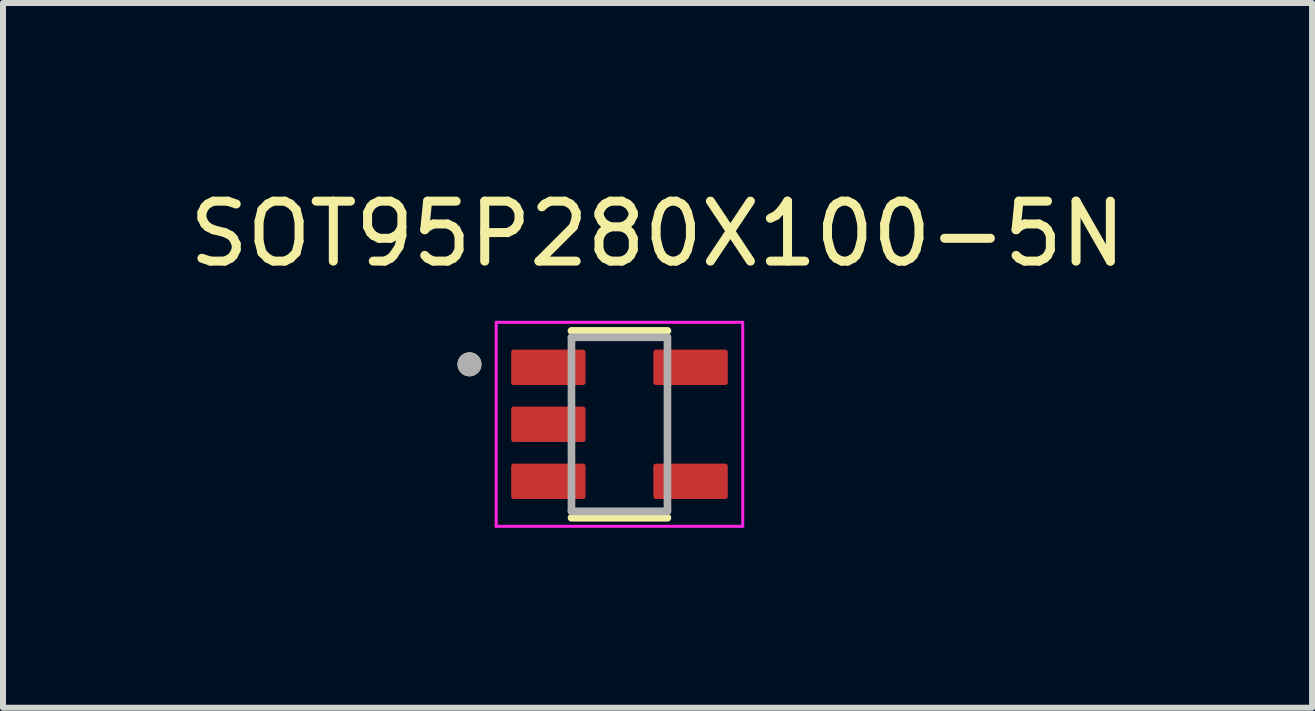
<source format=kicad_pcb>
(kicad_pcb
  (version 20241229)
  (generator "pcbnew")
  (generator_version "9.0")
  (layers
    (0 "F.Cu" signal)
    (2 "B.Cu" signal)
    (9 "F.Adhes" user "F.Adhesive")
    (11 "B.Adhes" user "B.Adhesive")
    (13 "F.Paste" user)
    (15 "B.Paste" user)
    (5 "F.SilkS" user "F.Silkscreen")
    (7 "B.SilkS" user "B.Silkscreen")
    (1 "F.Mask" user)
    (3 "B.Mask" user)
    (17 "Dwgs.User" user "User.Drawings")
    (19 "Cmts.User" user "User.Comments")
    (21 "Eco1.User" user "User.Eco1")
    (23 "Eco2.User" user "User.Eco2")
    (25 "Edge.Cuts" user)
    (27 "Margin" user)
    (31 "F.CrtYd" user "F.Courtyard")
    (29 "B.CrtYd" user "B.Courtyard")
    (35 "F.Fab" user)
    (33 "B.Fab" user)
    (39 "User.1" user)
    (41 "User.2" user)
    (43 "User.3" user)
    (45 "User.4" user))
  (footprint "SOT95P280X100-5N"
    (layer "F.Cu")
    (at 7.276 4.023)
    (property "Reference" "SOT95P280X100-5N" (at 0.635 -3.175 0) (layer "F.SilkS") (effects (font (size 1 1) (thickness 0.15))))
    (attr through_hole)
    (fp_line (start -0.8 1.558) (end 0.8 1.558) (stroke (width 0.127) (type solid)) (layer "F.SilkS"))
    (fp_line (start 0.8 -1.558) (end -0.8 -1.558) (stroke (width 0.127) (type solid)) (layer "F.SilkS"))
    (fp_circle (center -2.5 -1) (end -2.4 -1) (stroke (width 0.2) (type solid)) (fill no) (layer "F.SilkS"))
    (fp_line (start -2.055 -1.7) (end 2.055 -1.7) (stroke (width 0.05) (type solid)) (layer "F.CrtYd"))
    (fp_line (start -2.055 1.7) (end -2.055 -1.7) (stroke (width 0.05) (type solid)) (layer "F.CrtYd"))
    (fp_line (start 2.055 -1.7) (end 2.055 1.7) (stroke (width 0.05) (type solid)) (layer "F.CrtYd"))
    (fp_line (start 2.055 1.7) (end -2.055 1.7) (stroke (width 0.05) (type solid)) (layer "F.CrtYd"))
    (fp_line (start -0.8 -1.45) (end -0.8 1.45) (stroke (width 0.127) (type solid)) (layer "F.Fab"))
    (fp_line (start -0.8 1.45) (end 0.8 1.45) (stroke (width 0.127) (type solid)) (layer "F.Fab"))
    (fp_line (start 0.8 -1.45) (end -0.8 -1.45) (stroke (width 0.127) (type solid)) (layer "F.Fab"))
    (fp_line (start 0.8 1.45) (end 0.8 -1.45) (stroke (width 0.127) (type solid)) (layer "F.Fab"))
    (fp_circle (center -2.5 -1) (end -2.4 -1) (stroke (width 0.2) (type solid)) (fill no) (layer "F.Fab"))
    (pad "1" smd roundrect (at -1.185 -0.95) (size 1.24 0.59) (layers "F.Cu" "F.Mask" "F.Paste") (roundrect_rratio 0.07))
    (pad "2" smd roundrect (at -1.185 0) (size 1.24 0.59) (layers "F.Cu" "F.Mask" "F.Paste") (roundrect_rratio 0.07))
    (pad "3" smd roundrect (at -1.185 0.95) (size 1.24 0.59) (layers "F.Cu" "F.Mask" "F.Paste") (roundrect_rratio 0.07))
    (pad "4" smd roundrect (at 1.185 0.95) (size 1.24 0.59) (layers "F.Cu" "F.Mask" "F.Paste") (roundrect_rratio 0.07))
    (pad "5" smd roundrect (at 1.185 -0.95) (size 1.24 0.59) (layers "F.Cu" "F.Mask" "F.Paste") (roundrect_rratio 0.07)))
  (gr_rect
    (start -3 -3)
    (end 18.821 8.748)
    (stroke (width 0.1) (type default))
    (fill no)
    (layer "Edge.Cuts")))
</source>
